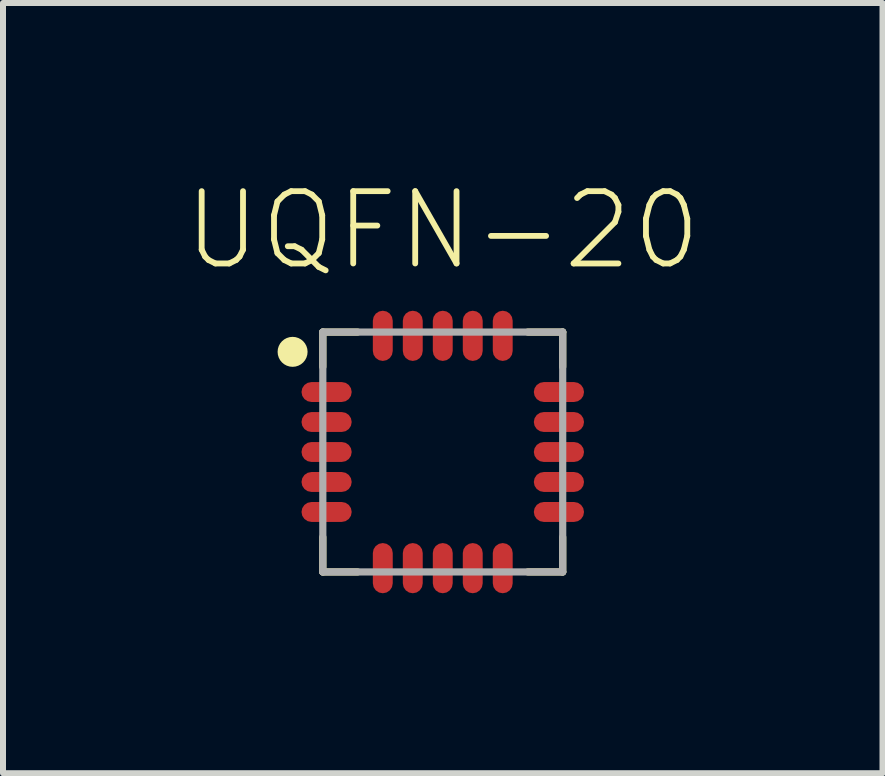
<source format=kicad_pcb>
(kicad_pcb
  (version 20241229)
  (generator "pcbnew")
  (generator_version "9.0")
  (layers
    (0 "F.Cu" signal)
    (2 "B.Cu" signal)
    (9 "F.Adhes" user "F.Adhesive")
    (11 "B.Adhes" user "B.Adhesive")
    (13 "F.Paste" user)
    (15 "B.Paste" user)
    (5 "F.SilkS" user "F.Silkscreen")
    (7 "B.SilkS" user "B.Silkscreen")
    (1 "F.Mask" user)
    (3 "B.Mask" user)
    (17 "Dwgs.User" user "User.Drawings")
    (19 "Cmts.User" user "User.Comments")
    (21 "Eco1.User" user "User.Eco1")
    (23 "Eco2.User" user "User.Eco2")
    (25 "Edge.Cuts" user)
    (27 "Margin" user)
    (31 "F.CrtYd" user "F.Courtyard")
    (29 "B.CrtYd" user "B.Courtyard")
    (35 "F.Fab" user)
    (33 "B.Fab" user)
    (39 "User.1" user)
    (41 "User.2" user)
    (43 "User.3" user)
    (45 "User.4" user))
  (footprint "UQFN-20"
    (layer "F.Cu")
    (at 4.333 4.487)
    (property "Reference" "UQFN-20" (at 0 -2.991 180) (layer "F.SilkS") (effects (font (size 1.206 1.206) (thickness 0.097)) (justify bottom)))
    (attr through_hole)
    (fp_line (start -2 -2) (end -1.42 -2) (stroke (width 0.12) (type solid)) (layer "F.SilkS"))
    (fp_line (start -2 -1.42) (end -2 -2) (stroke (width 0.12) (type solid)) (layer "F.SilkS"))
    (fp_line (start -2 1.42) (end -2 2) (stroke (width 0.12) (type solid)) (layer "F.SilkS"))
    (fp_line (start -2 2) (end -1.42 2) (stroke (width 0.12) (type solid)) (layer "F.SilkS"))
    (fp_line (start 2 -2) (end 1.42 -2) (stroke (width 0.12) (type solid)) (layer "F.SilkS"))
    (fp_line (start 2 -1.42) (end 2 -2) (stroke (width 0.12) (type solid)) (layer "F.SilkS"))
    (fp_line (start 2 1.42) (end 2 2) (stroke (width 0.12) (type solid)) (layer "F.SilkS"))
    (fp_line (start 2 2) (end 1.42 2) (stroke (width 0.12) (type solid)) (layer "F.SilkS"))
    (fp_circle (center -2.504 -1.67) (end -2.379 -1.67) (stroke (width 0.25) (type solid)) (fill no) (layer "F.SilkS"))
    (fp_line (start -2 -2) (end 2 -2) (stroke (width 0.12) (type solid)) (layer "F.Fab"))
    (fp_line (start -2 2) (end -2 -2) (stroke (width 0.12) (type solid)) (layer "F.Fab"))
    (fp_line (start 2 -2) (end 2 2) (stroke (width 0.12) (type solid)) (layer "F.Fab"))
    (fp_line (start 2 2) (end -2 2) (stroke (width 0.12) (type solid)) (layer "F.Fab"))
    (pad "1" smd roundrect (at -1.937 -1) (size 0.837 0.332) (layers "F.Cu" "F.Mask" "F.Paste") (roundrect_rratio 0.5))
    (pad "2" smd roundrect (at -1.937 -0.5) (size 0.837 0.332) (layers "F.Cu" "F.Mask" "F.Paste") (roundrect_rratio 0.5))
    (pad "3" smd roundrect (at -1.937 0) (size 0.837 0.332) (layers "F.Cu" "F.Mask" "F.Paste") (roundrect_rratio 0.5))
    (pad "4" smd roundrect (at -1.937 0.5) (size 0.837 0.332) (layers "F.Cu" "F.Mask" "F.Paste") (roundrect_rratio 0.5))
    (pad "5" smd roundrect (at -1.937 1) (size 0.837 0.332) (layers "F.Cu" "F.Mask" "F.Paste") (roundrect_rratio 0.5))
    (pad "6" smd roundrect (at -1 1.937 90) (size 0.837 0.332) (layers "F.Cu" "F.Mask" "F.Paste") (roundrect_rratio 0.5))
    (pad "7" smd roundrect (at -0.5 1.937 90) (size 0.837 0.332) (layers "F.Cu" "F.Mask" "F.Paste") (roundrect_rratio 0.5))
    (pad "8" smd roundrect (at 0 1.937 90) (size 0.837 0.332) (layers "F.Cu" "F.Mask" "F.Paste") (roundrect_rratio 0.5))
    (pad "9" smd roundrect (at 0.5 1.937 90) (size 0.837 0.332) (layers "F.Cu" "F.Mask" "F.Paste") (roundrect_rratio 0.5))
    (pad "10" smd roundrect (at 1 1.937 90) (size 0.837 0.332) (layers "F.Cu" "F.Mask" "F.Paste") (roundrect_rratio 0.5))
    (pad "11" smd roundrect (at 1.937 1) (size 0.837 0.332) (layers "F.Cu" "F.Mask" "F.Paste") (roundrect_rratio 0.5))
    (pad "12" smd roundrect (at 1.937 0.5) (size 0.837 0.332) (layers "F.Cu" "F.Mask" "F.Paste") (roundrect_rratio 0.5))
    (pad "13" smd roundrect (at 1.937 0) (size 0.837 0.332) (layers "F.Cu" "F.Mask" "F.Paste") (roundrect_rratio 0.5))
    (pad "14" smd roundrect (at 1.937 -0.5) (size 0.837 0.332) (layers "F.Cu" "F.Mask" "F.Paste") (roundrect_rratio 0.5))
    (pad "15" smd roundrect (at 1.937 -1) (size 0.837 0.332) (layers "F.Cu" "F.Mask" "F.Paste") (roundrect_rratio 0.5))
    (pad "16" smd roundrect (at 1 -1.937 90) (size 0.837 0.332) (layers "F.Cu" "F.Mask" "F.Paste") (roundrect_rratio 0.5))
    (pad "17" smd roundrect (at 0.5 -1.937 90) (size 0.837 0.332) (layers "F.Cu" "F.Mask" "F.Paste") (roundrect_rratio 0.5))
    (pad "18" smd roundrect (at 0 -1.937 90) (size 0.837 0.332) (layers "F.Cu" "F.Mask" "F.Paste") (roundrect_rratio 0.5))
    (pad "19" smd roundrect (at -0.5 -1.937 90) (size 0.837 0.332) (layers "F.Cu" "F.Mask" "F.Paste") (roundrect_rratio 0.5))
    (pad "20" smd roundrect (at -1 -1.937 90) (size 0.837 0.332) (layers "F.Cu" "F.Mask" "F.Paste") (roundrect_rratio 0.5)))
  (gr_rect
    (start -3 -3)
    (end 11.666 9.843)
    (stroke (width 0.1) (type default))
    (fill no)
    (layer "Edge.Cuts")))
</source>
